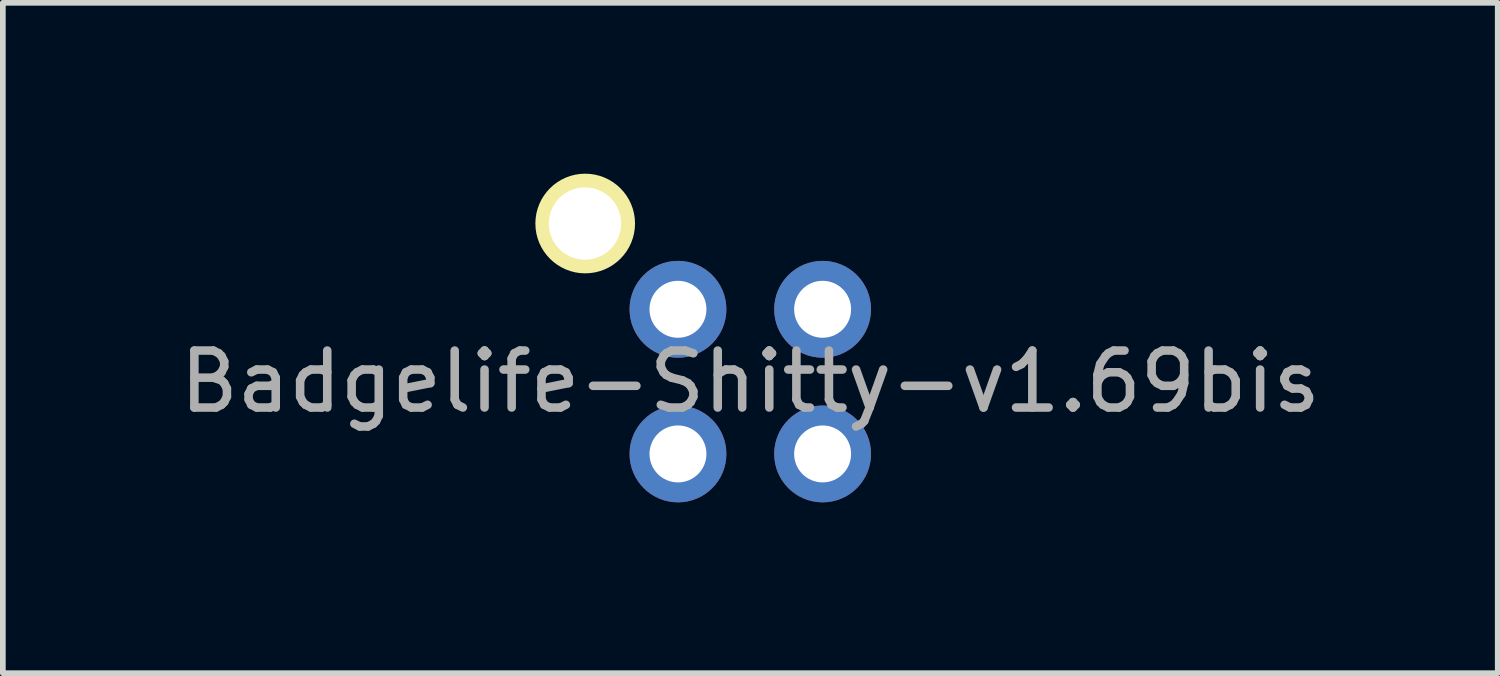
<source format=kicad_pcb>
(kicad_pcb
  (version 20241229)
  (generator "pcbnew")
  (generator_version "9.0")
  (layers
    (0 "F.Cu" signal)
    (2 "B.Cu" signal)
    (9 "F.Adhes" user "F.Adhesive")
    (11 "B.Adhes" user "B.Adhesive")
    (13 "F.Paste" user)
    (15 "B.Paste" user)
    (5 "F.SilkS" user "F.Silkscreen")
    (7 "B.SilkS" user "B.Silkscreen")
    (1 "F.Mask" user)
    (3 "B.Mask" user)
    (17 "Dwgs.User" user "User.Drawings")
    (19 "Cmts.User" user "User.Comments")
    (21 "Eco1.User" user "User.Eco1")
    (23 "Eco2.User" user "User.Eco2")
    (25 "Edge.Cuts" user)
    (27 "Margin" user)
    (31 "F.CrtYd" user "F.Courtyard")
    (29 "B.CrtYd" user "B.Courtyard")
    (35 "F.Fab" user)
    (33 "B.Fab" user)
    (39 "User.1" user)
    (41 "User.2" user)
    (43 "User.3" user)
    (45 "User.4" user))
  (footprint "Badgelife-Shitty-v1.69bis"
    (layer "F.Cu")
    (at 10.125 3.651)
    (property "Reference" "Badgelife-Shitty-v1.69bis" (at 0 0 0) (layer "F.Fab") (effects (font (size 1 1) (thickness 0.15))))
    (attr through_hole)
    (fp_circle (center -2.899 -2.776) (end -2.799 -2.776) (stroke (width 0.15) (type solid)) (fill no) (layer "F.SilkS"))
    (fp_circle (center -2.899 -2.776) (end -2.699 -2.776) (stroke (width 0.15) (type solid)) (fill no) (layer "F.SilkS"))
    (fp_circle (center -2.899 -2.776) (end -2.599 -2.776) (stroke (width 0.15) (type solid)) (fill no) (layer "F.SilkS"))
    (fp_circle (center -2.899 -2.776) (end -2.499 -2.876) (stroke (width 0.15) (type solid)) (fill no) (layer "F.SilkS"))
    (fp_circle (center -2.899 -2.776) (end -2.399 -2.976) (stroke (width 0.15) (type solid)) (fill no) (layer "F.SilkS"))
    (fp_circle (center -2.899 -2.776) (end -2.299 -3.076) (stroke (width 0.15) (type solid)) (fill no) (layer "F.SilkS"))
    (fp_circle (center -2.899 -2.776) (end -2.099 -2.776) (stroke (width 0.15) (type solid)) (fill no) (layer "F.SilkS"))
    (pad "" np_thru_hole circle (at -2.903 -2.776) (size 1.524 1.524) (drill 1.27) (layers "*.Cu" "*.Mask"))
    (pad "1" thru_hole oval (at -1.27 -1.27) (size 1.7 1.7) (drill 1) (layers "*.Cu" "*.Mask"))
    (pad "2" thru_hole circle (at 1.27 -1.27) (size 1.7 1.7) (drill 1) (layers "*.Cu" "*.Mask"))
    (pad "3" thru_hole oval (at -1.27 1.27) (size 1.7 1.7) (drill 1) (layers "*.Cu" "*.Mask"))
    (pad "4" thru_hole oval (at 1.27 1.27) (size 1.7 1.7) (drill 1) (layers "*.Cu" "*.Mask")))
  (gr_rect
    (start -3 -3)
    (end 23.25 8.771)
    (stroke (width 0.1) (type default))
    (fill no)
    (layer "Edge.Cuts")))
</source>
